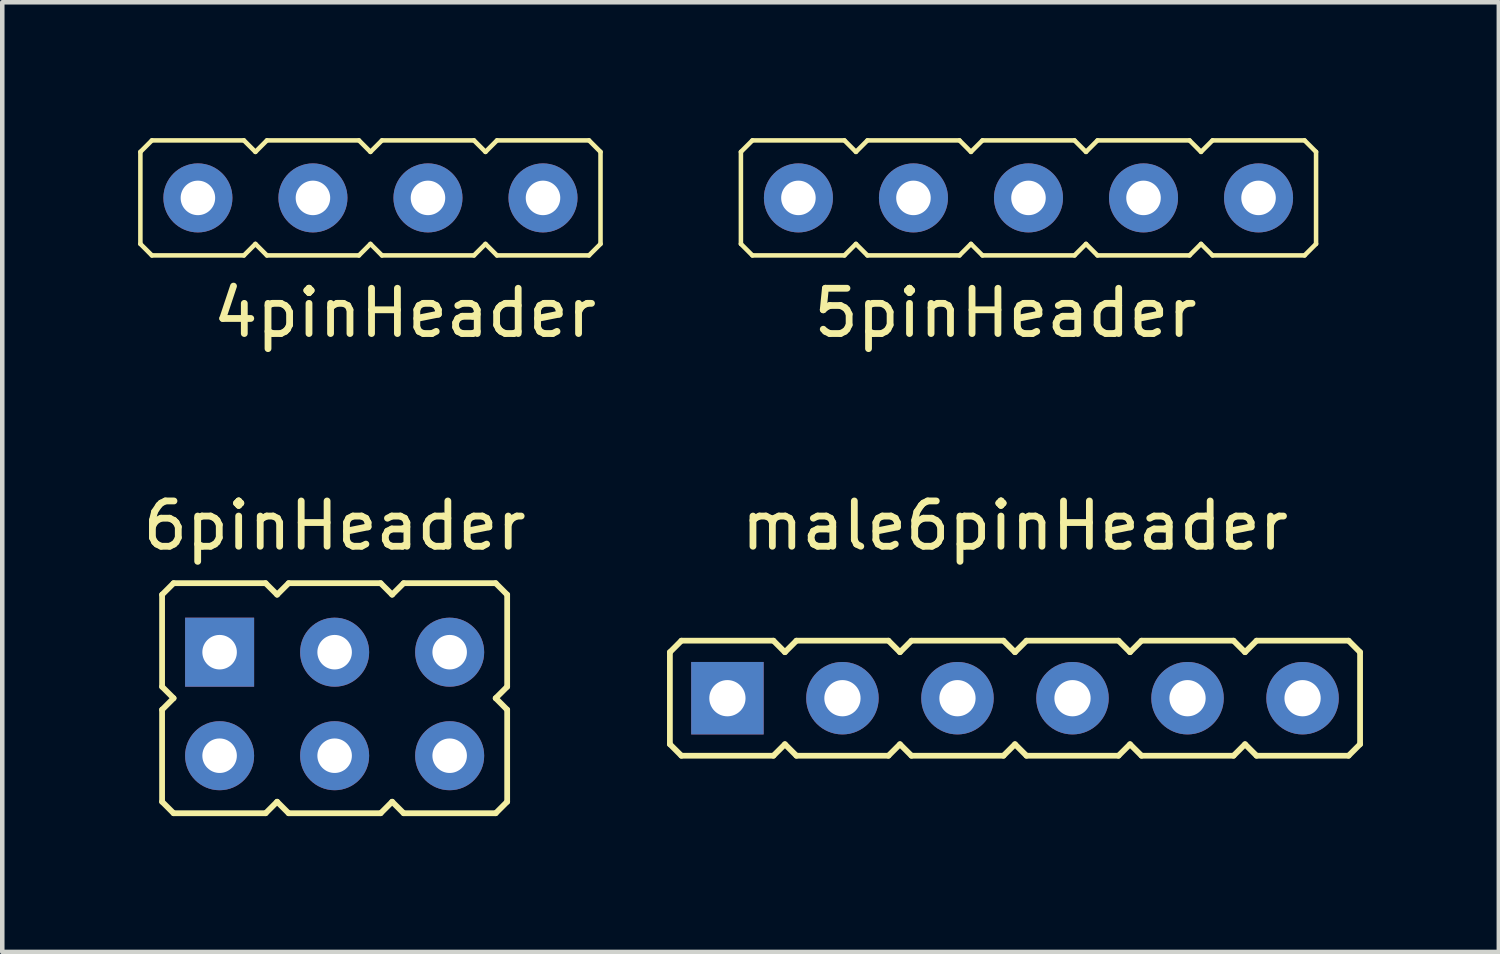
<source format=kicad_pcb>
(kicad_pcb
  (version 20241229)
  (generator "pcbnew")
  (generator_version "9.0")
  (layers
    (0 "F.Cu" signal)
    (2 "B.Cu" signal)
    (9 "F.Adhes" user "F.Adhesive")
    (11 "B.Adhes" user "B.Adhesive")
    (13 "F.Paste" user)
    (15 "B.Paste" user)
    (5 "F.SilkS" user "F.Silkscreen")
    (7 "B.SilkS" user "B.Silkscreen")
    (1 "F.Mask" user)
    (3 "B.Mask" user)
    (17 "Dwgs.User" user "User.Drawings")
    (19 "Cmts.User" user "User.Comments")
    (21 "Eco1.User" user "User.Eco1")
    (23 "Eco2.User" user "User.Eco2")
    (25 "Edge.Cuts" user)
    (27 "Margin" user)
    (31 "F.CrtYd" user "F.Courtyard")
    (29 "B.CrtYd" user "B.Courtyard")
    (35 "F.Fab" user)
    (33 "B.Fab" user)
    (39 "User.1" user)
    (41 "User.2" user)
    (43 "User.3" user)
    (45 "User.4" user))
  (footprint "4pinHeader"
    (layer "F.Cu")
    (at 1.32 1.32)
    (property "Reference" "4pinHeader" (at 4.572 2.54 0) (layer "F.SilkS") (effects (font (size 1 1) (thickness 0.15))))
    (attr through_hole)
    (fp_line (start -1.27 -1.016) (end -1.27 1.016) (stroke (width 0.1) (type solid)) (layer "F.SilkS"))
    (fp_line (start -1.27 -1.016) (end -1.016 -1.27) (stroke (width 0.1) (type solid)) (layer "F.SilkS"))
    (fp_line (start -1.016 -1.27) (end 1.016 -1.27) (stroke (width 0.1) (type solid)) (layer "F.SilkS"))
    (fp_line (start -1.016 1.27) (end -1.27 1.016) (stroke (width 0.1) (type solid)) (layer "F.SilkS"))
    (fp_line (start 1.016 -1.27) (end 1.27 -1.016) (stroke (width 0.1) (type solid)) (layer "F.SilkS"))
    (fp_line (start 1.016 1.27) (end -1.016 1.27) (stroke (width 0.1) (type solid)) (layer "F.SilkS"))
    (fp_line (start 1.27 -1.016) (end 1.524 -1.27) (stroke (width 0.1) (type solid)) (layer "F.SilkS"))
    (fp_line (start 1.27 1.016) (end 1.016 1.27) (stroke (width 0.1) (type solid)) (layer "F.SilkS"))
    (fp_line (start 1.524 -1.27) (end 3.556 -1.27) (stroke (width 0.1) (type solid)) (layer "F.SilkS"))
    (fp_line (start 1.524 1.27) (end 1.27 1.016) (stroke (width 0.1) (type solid)) (layer "F.SilkS"))
    (fp_line (start 3.556 -1.27) (end 3.81 -1.016) (stroke (width 0.1) (type solid)) (layer "F.SilkS"))
    (fp_line (start 3.556 1.27) (end 1.524 1.27) (stroke (width 0.1) (type solid)) (layer "F.SilkS"))
    (fp_line (start 3.81 -1.016) (end 4.064 -1.27) (stroke (width 0.1) (type solid)) (layer "F.SilkS"))
    (fp_line (start 3.81 1.016) (end 3.556 1.27) (stroke (width 0.1) (type solid)) (layer "F.SilkS"))
    (fp_line (start 4.064 -1.27) (end 6.096 -1.27) (stroke (width 0.1) (type solid)) (layer "F.SilkS"))
    (fp_line (start 4.064 1.27) (end 3.81 1.016) (stroke (width 0.1) (type solid)) (layer "F.SilkS"))
    (fp_line (start 6.096 -1.27) (end 6.35 -1.016) (stroke (width 0.1) (type solid)) (layer "F.SilkS"))
    (fp_line (start 6.096 1.27) (end 4.064 1.27) (stroke (width 0.1) (type solid)) (layer "F.SilkS"))
    (fp_line (start 6.35 -1.016) (end 6.604 -1.27) (stroke (width 0.1) (type solid)) (layer "F.SilkS"))
    (fp_line (start 6.35 1.016) (end 6.096 1.27) (stroke (width 0.1) (type solid)) (layer "F.SilkS"))
    (fp_line (start 6.604 -1.27) (end 8.636 -1.27) (stroke (width 0.1) (type solid)) (layer "F.SilkS"))
    (fp_line (start 6.604 1.27) (end 6.35 1.016) (stroke (width 0.1) (type solid)) (layer "F.SilkS"))
    (fp_line (start 8.636 -1.27) (end 8.89 -1.016) (stroke (width 0.1) (type solid)) (layer "F.SilkS"))
    (fp_line (start 8.636 1.27) (end 6.604 1.27) (stroke (width 0.1) (type solid)) (layer "F.SilkS"))
    (fp_line (start 8.89 -1.016) (end 8.89 1.016) (stroke (width 0.1) (type solid)) (layer "F.SilkS"))
    (fp_line (start 8.89 1.016) (end 8.636 1.27) (stroke (width 0.1) (type solid)) (layer "F.SilkS"))
    (pad "1" thru_hole circle (at 0 0) (size 1.524 1.524) (drill 0.762) (layers "*.Cu" "*.Mask"))
    (pad "2" thru_hole circle (at 2.54 0) (size 1.524 1.524) (drill 0.762) (layers "*.Cu" "*.Mask"))
    (pad "3" thru_hole circle (at 5.08 0) (size 1.524 1.524) (drill 0.762) (layers "*.Cu" "*.Mask"))
    (pad "4" thru_hole circle (at 7.62 0) (size 1.524 1.524) (drill 0.762) (layers "*.Cu" "*.Mask")))
  (footprint "5pinHeader"
    (layer "F.Cu")
    (at 14.58 1.32)
    (property "Reference" "5pinHeader" (at 4.572 2.54 0) (layer "F.SilkS") (effects (font (size 1 1) (thickness 0.15))))
    (attr through_hole)
    (fp_line (start -1.27 -1.016) (end -1.27 1.016) (stroke (width 0.1) (type solid)) (layer "F.SilkS"))
    (fp_line (start -1.27 -1.016) (end -1.016 -1.27) (stroke (width 0.1) (type solid)) (layer "F.SilkS"))
    (fp_line (start -1.016 -1.27) (end 1.016 -1.27) (stroke (width 0.1) (type solid)) (layer "F.SilkS"))
    (fp_line (start -1.016 1.27) (end -1.27 1.016) (stroke (width 0.1) (type solid)) (layer "F.SilkS"))
    (fp_line (start 1.016 -1.27) (end 1.27 -1.016) (stroke (width 0.1) (type solid)) (layer "F.SilkS"))
    (fp_line (start 1.016 1.27) (end -1.016 1.27) (stroke (width 0.1) (type solid)) (layer "F.SilkS"))
    (fp_line (start 1.27 -1.016) (end 1.524 -1.27) (stroke (width 0.1) (type solid)) (layer "F.SilkS"))
    (fp_line (start 1.27 1.016) (end 1.016 1.27) (stroke (width 0.1) (type solid)) (layer "F.SilkS"))
    (fp_line (start 1.524 -1.27) (end 3.556 -1.27) (stroke (width 0.1) (type solid)) (layer "F.SilkS"))
    (fp_line (start 1.524 1.27) (end 1.27 1.016) (stroke (width 0.1) (type solid)) (layer "F.SilkS"))
    (fp_line (start 3.556 -1.27) (end 3.81 -1.016) (stroke (width 0.1) (type solid)) (layer "F.SilkS"))
    (fp_line (start 3.556 1.27) (end 1.524 1.27) (stroke (width 0.1) (type solid)) (layer "F.SilkS"))
    (fp_line (start 3.81 -1.016) (end 4.064 -1.27) (stroke (width 0.1) (type solid)) (layer "F.SilkS"))
    (fp_line (start 3.81 1.016) (end 3.556 1.27) (stroke (width 0.1) (type solid)) (layer "F.SilkS"))
    (fp_line (start 4.064 -1.27) (end 6.096 -1.27) (stroke (width 0.1) (type solid)) (layer "F.SilkS"))
    (fp_line (start 4.064 1.27) (end 3.81 1.016) (stroke (width 0.1) (type solid)) (layer "F.SilkS"))
    (fp_line (start 6.096 -1.27) (end 6.35 -1.016) (stroke (width 0.1) (type solid)) (layer "F.SilkS"))
    (fp_line (start 6.096 1.27) (end 4.064 1.27) (stroke (width 0.1) (type solid)) (layer "F.SilkS"))
    (fp_line (start 6.35 -1.016) (end 6.604 -1.27) (stroke (width 0.1) (type solid)) (layer "F.SilkS"))
    (fp_line (start 6.35 1.016) (end 6.096 1.27) (stroke (width 0.1) (type solid)) (layer "F.SilkS"))
    (fp_line (start 6.604 -1.27) (end 8.636 -1.27) (stroke (width 0.1) (type solid)) (layer "F.SilkS"))
    (fp_line (start 6.604 1.27) (end 6.35 1.016) (stroke (width 0.1) (type solid)) (layer "F.SilkS"))
    (fp_line (start 8.636 -1.27) (end 8.89 -1.016) (stroke (width 0.1) (type solid)) (layer "F.SilkS"))
    (fp_line (start 8.636 1.27) (end 6.604 1.27) (stroke (width 0.1) (type solid)) (layer "F.SilkS"))
    (fp_line (start 8.89 -1.016) (end 9.144 -1.27) (stroke (width 0.1) (type solid)) (layer "F.SilkS"))
    (fp_line (start 8.89 1.016) (end 8.636 1.27) (stroke (width 0.1) (type solid)) (layer "F.SilkS"))
    (fp_line (start 9.144 -1.27) (end 11.176 -1.27) (stroke (width 0.1) (type solid)) (layer "F.SilkS"))
    (fp_line (start 9.144 1.27) (end 8.89 1.016) (stroke (width 0.1) (type solid)) (layer "F.SilkS"))
    (fp_line (start 11.176 -1.27) (end 11.43 -1.016) (stroke (width 0.1) (type solid)) (layer "F.SilkS"))
    (fp_line (start 11.176 1.27) (end 9.144 1.27) (stroke (width 0.1) (type solid)) (layer "F.SilkS"))
    (fp_line (start 11.43 -1.016) (end 11.43 1.016) (stroke (width 0.1) (type solid)) (layer "F.SilkS"))
    (fp_line (start 11.43 1.016) (end 11.176 1.27) (stroke (width 0.1) (type solid)) (layer "F.SilkS"))
    (pad "1" thru_hole circle (at 0 0) (size 1.524 1.524) (drill 0.762) (layers "*.Cu" "*.Mask"))
    (pad "2" thru_hole circle (at 2.54 0) (size 1.524 1.524) (drill 0.762) (layers "*.Cu" "*.Mask"))
    (pad "3" thru_hole circle (at 5.08 0) (size 1.524 1.524) (drill 0.762) (layers "*.Cu" "*.Mask"))
    (pad "4" thru_hole circle (at 7.62 0) (size 1.524 1.524) (drill 0.762) (layers "*.Cu" "*.Mask"))
    (pad "5" thru_hole circle (at 10.16 0) (size 1.524 1.524) (drill 0.762) (layers "*.Cu" "*.Mask")))
  (footprint "male6pinHeader"
    (layer "F.Cu")
    (at 19.362 12.367)
    (property "Reference" "male6pinHeader" (at 0 -3.81 0) (layer "F.SilkS") (effects (font (size 1 1) (thickness 0.15))))
    (attr through_hole)
    (fp_line (start -7.62 1.016) (end -7.62 -1.016) (stroke (width 0.127) (type solid)) (layer "F.SilkS"))
    (fp_line (start -7.366 -1.27) (end -7.62 -1.016) (stroke (width 0.127) (type solid)) (layer "F.SilkS"))
    (fp_line (start -7.366 -1.27) (end -5.334 -1.27) (stroke (width 0.127) (type solid)) (layer "F.SilkS"))
    (fp_line (start -7.366 1.27) (end -7.62 1.016) (stroke (width 0.127) (type solid)) (layer "F.SilkS"))
    (fp_line (start -5.334 -1.27) (end -5.08 -1.016) (stroke (width 0.127) (type solid)) (layer "F.SilkS"))
    (fp_line (start -5.334 1.27) (end -7.366 1.27) (stroke (width 0.127) (type solid)) (layer "F.SilkS"))
    (fp_line (start -5.08 -1.016) (end -4.826 -1.27) (stroke (width 0.127) (type solid)) (layer "F.SilkS"))
    (fp_line (start -5.08 1.016) (end -5.334 1.27) (stroke (width 0.127) (type solid)) (layer "F.SilkS"))
    (fp_line (start -4.826 -1.27) (end -2.794 -1.27) (stroke (width 0.127) (type solid)) (layer "F.SilkS"))
    (fp_line (start -4.826 1.27) (end -5.08 1.016) (stroke (width 0.127) (type solid)) (layer "F.SilkS"))
    (fp_line (start -2.794 -1.27) (end -2.54 -1.016) (stroke (width 0.127) (type solid)) (layer "F.SilkS"))
    (fp_line (start -2.794 1.27) (end -4.826 1.27) (stroke (width 0.127) (type solid)) (layer "F.SilkS"))
    (fp_line (start -2.54 -1.016) (end -2.286 -1.27) (stroke (width 0.127) (type solid)) (layer "F.SilkS"))
    (fp_line (start -2.54 1.016) (end -2.794 1.27) (stroke (width 0.127) (type solid)) (layer "F.SilkS"))
    (fp_line (start -2.286 -1.27) (end -0.254 -1.27) (stroke (width 0.127) (type solid)) (layer "F.SilkS"))
    (fp_line (start -2.286 1.27) (end -2.54 1.016) (stroke (width 0.127) (type solid)) (layer "F.SilkS"))
    (fp_line (start -0.254 -1.27) (end 0 -1.016) (stroke (width 0.127) (type solid)) (layer "F.SilkS"))
    (fp_line (start -0.254 1.27) (end -2.286 1.27) (stroke (width 0.127) (type solid)) (layer "F.SilkS"))
    (fp_line (start 0 -1.016) (end 0.254 -1.27) (stroke (width 0.127) (type solid)) (layer "F.SilkS"))
    (fp_line (start 0 1.016) (end -0.254 1.27) (stroke (width 0.127) (type solid)) (layer "F.SilkS"))
    (fp_line (start 0.254 -1.27) (end 2.286 -1.27) (stroke (width 0.127) (type solid)) (layer "F.SilkS"))
    (fp_line (start 0.254 1.27) (end 0 1.016) (stroke (width 0.127) (type solid)) (layer "F.SilkS"))
    (fp_line (start 2.286 -1.27) (end 2.54 -1.016) (stroke (width 0.127) (type solid)) (layer "F.SilkS"))
    (fp_line (start 2.286 1.27) (end 0.254 1.27) (stroke (width 0.127) (type solid)) (layer "F.SilkS"))
    (fp_line (start 2.54 -1.016) (end 2.794 -1.27) (stroke (width 0.127) (type solid)) (layer "F.SilkS"))
    (fp_line (start 2.54 1.016) (end 2.286 1.27) (stroke (width 0.127) (type solid)) (layer "F.SilkS"))
    (fp_line (start 2.794 -1.27) (end 4.826 -1.27) (stroke (width 0.127) (type solid)) (layer "F.SilkS"))
    (fp_line (start 2.794 1.27) (end 2.54 1.016) (stroke (width 0.127) (type solid)) (layer "F.SilkS"))
    (fp_line (start 4.826 -1.27) (end 5.08 -1.016) (stroke (width 0.127) (type solid)) (layer "F.SilkS"))
    (fp_line (start 4.826 1.27) (end 2.794 1.27) (stroke (width 0.127) (type solid)) (layer "F.SilkS"))
    (fp_line (start 5.08 -1.016) (end 5.334 -1.27) (stroke (width 0.127) (type solid)) (layer "F.SilkS"))
    (fp_line (start 5.08 1.016) (end 4.826 1.27) (stroke (width 0.127) (type solid)) (layer "F.SilkS"))
    (fp_line (start 5.334 -1.27) (end 7.366 -1.27) (stroke (width 0.127) (type solid)) (layer "F.SilkS"))
    (fp_line (start 5.334 1.27) (end 5.08 1.016) (stroke (width 0.127) (type solid)) (layer "F.SilkS"))
    (fp_line (start 7.366 -1.27) (end 7.62 -1.016) (stroke (width 0.127) (type solid)) (layer "F.SilkS"))
    (fp_line (start 7.366 1.27) (end 5.334 1.27) (stroke (width 0.127) (type solid)) (layer "F.SilkS"))
    (fp_line (start 7.366 1.27) (end 7.62 1.016) (stroke (width 0.127) (type solid)) (layer "F.SilkS"))
    (fp_line (start 7.62 -1.016) (end 7.62 1.016) (stroke (width 0.127) (type solid)) (layer "F.SilkS"))
    (pad "1" thru_hole rect (at -6.35 0) (size 1.6 1.6) (drill 0.8) (layers "*.Cu" "*.Mask"))
    (pad "2" thru_hole circle (at -3.81 0) (size 1.6 1.6) (drill 0.8) (layers "*.Cu" "*.Mask"))
    (pad "3" thru_hole circle (at -1.27 0) (size 1.6 1.6) (drill 0.8) (layers "*.Cu" "*.Mask"))
    (pad "4" thru_hole circle (at 1.27 0) (size 1.6 1.6) (drill 0.8) (layers "*.Cu" "*.Mask"))
    (pad "5" thru_hole circle (at 3.81 0) (size 1.6 1.6) (drill 0.8) (layers "*.Cu" "*.Mask"))
    (pad "6" thru_hole circle (at 6.35 0) (size 1.6 1.6) (drill 0.8) (layers "*.Cu" "*.Mask")))
  (footprint "6pinHeader"
    (layer "F.Cu")
    (at 4.339 12.367)
    (property "Reference" "6pinHeader" (at 0 -3.81 0) (layer "F.SilkS") (effects (font (size 1 1) (thickness 0.15))))
    (attr through_hole)
    (fp_line (start -3.81 -0.254) (end -3.81 -2.286) (stroke (width 0.127) (type solid)) (layer "F.SilkS"))
    (fp_line (start -3.81 0.254) (end -3.556 0) (stroke (width 0.127) (type solid)) (layer "F.SilkS"))
    (fp_line (start -3.81 2.286) (end -3.81 0.254) (stroke (width 0.127) (type solid)) (layer "F.SilkS"))
    (fp_line (start -3.556 -2.54) (end -3.81 -2.286) (stroke (width 0.127) (type solid)) (layer "F.SilkS"))
    (fp_line (start -3.556 -2.54) (end -1.524 -2.54) (stroke (width 0.127) (type solid)) (layer "F.SilkS"))
    (fp_line (start -3.556 0) (end -3.81 -0.254) (stroke (width 0.127) (type solid)) (layer "F.SilkS"))
    (fp_line (start -3.556 2.54) (end -3.81 2.286) (stroke (width 0.127) (type solid)) (layer "F.SilkS"))
    (fp_line (start -1.524 -2.54) (end -1.27 -2.286) (stroke (width 0.127) (type solid)) (layer "F.SilkS"))
    (fp_line (start -1.524 2.54) (end -3.556 2.54) (stroke (width 0.127) (type solid)) (layer "F.SilkS"))
    (fp_line (start -1.27 -2.286) (end -1.016 -2.54) (stroke (width 0.127) (type solid)) (layer "F.SilkS"))
    (fp_line (start -1.27 2.286) (end -1.524 2.54) (stroke (width 0.127) (type solid)) (layer "F.SilkS"))
    (fp_line (start -1.016 -2.54) (end 1.016 -2.54) (stroke (width 0.127) (type solid)) (layer "F.SilkS"))
    (fp_line (start -1.016 2.54) (end -1.27 2.286) (stroke (width 0.127) (type solid)) (layer "F.SilkS"))
    (fp_line (start 1.016 -2.54) (end 1.27 -2.286) (stroke (width 0.127) (type solid)) (layer "F.SilkS"))
    (fp_line (start 1.016 2.54) (end -1.016 2.54) (stroke (width 0.127) (type solid)) (layer "F.SilkS"))
    (fp_line (start 1.27 -2.286) (end 1.524 -2.54) (stroke (width 0.127) (type solid)) (layer "F.SilkS"))
    (fp_line (start 1.27 2.286) (end 1.016 2.54) (stroke (width 0.127) (type solid)) (layer "F.SilkS"))
    (fp_line (start 1.524 -2.54) (end 3.556 -2.54) (stroke (width 0.127) (type solid)) (layer "F.SilkS"))
    (fp_line (start 1.524 2.54) (end 1.27 2.286) (stroke (width 0.127) (type solid)) (layer "F.SilkS"))
    (fp_line (start 3.556 -2.54) (end 3.81 -2.286) (stroke (width 0.127) (type solid)) (layer "F.SilkS"))
    (fp_line (start 3.556 0) (end 3.81 0.254) (stroke (width 0.127) (type solid)) (layer "F.SilkS"))
    (fp_line (start 3.556 2.54) (end 1.524 2.54) (stroke (width 0.127) (type solid)) (layer "F.SilkS"))
    (fp_line (start 3.556 2.54) (end 3.81 2.286) (stroke (width 0.127) (type solid)) (layer "F.SilkS"))
    (fp_line (start 3.81 -2.286) (end 3.81 -0.254) (stroke (width 0.127) (type solid)) (layer "F.SilkS"))
    (fp_line (start 3.81 -0.254) (end 3.556 0) (stroke (width 0.127) (type solid)) (layer "F.SilkS"))
    (fp_line (start 3.81 0.254) (end 3.81 2.286) (stroke (width 0.127) (type solid)) (layer "F.SilkS"))
    (pad "1" thru_hole rect (at -2.54 -1.016) (size 1.524 1.524) (drill 0.762) (layers "*.Cu" "*.Mask"))
    (pad "2" thru_hole circle (at 0 -1.016) (size 1.524 1.524) (drill 0.762) (layers "*.Cu" "*.Mask"))
    (pad "3" thru_hole circle (at 2.54 -1.016) (size 1.524 1.524) (drill 0.762) (layers "*.Cu" "*.Mask"))
    (pad "4" thru_hole circle (at 2.54 1.27) (size 1.524 1.524) (drill 0.762) (layers "*.Cu" "*.Mask"))
    (pad "5" thru_hole circle (at 0 1.27) (size 1.524 1.524) (drill 0.762) (layers "*.Cu" "*.Mask"))
    (pad "6" thru_hole circle (at -2.54 1.27) (size 1.524 1.524) (drill 0.762) (layers "*.Cu" "*.Mask")))
  (gr_rect
    (start -3 -3)
    (end 30.046 17.97)
    (stroke (width 0.1) (type default))
    (fill no)
    (layer "Edge.Cuts")))
</source>
